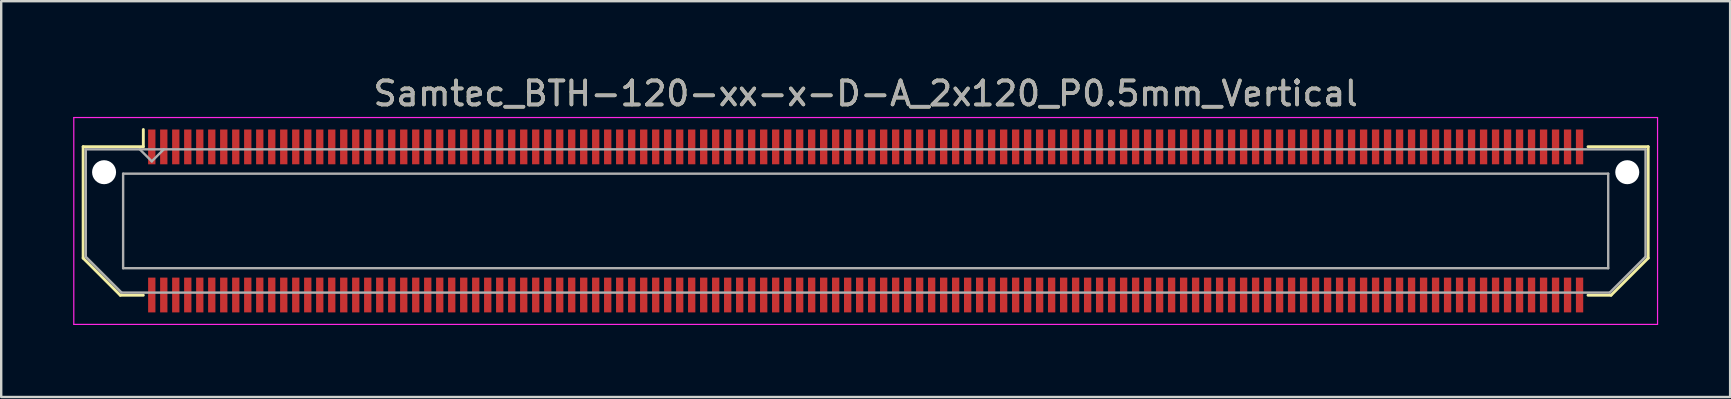
<source format=kicad_pcb>
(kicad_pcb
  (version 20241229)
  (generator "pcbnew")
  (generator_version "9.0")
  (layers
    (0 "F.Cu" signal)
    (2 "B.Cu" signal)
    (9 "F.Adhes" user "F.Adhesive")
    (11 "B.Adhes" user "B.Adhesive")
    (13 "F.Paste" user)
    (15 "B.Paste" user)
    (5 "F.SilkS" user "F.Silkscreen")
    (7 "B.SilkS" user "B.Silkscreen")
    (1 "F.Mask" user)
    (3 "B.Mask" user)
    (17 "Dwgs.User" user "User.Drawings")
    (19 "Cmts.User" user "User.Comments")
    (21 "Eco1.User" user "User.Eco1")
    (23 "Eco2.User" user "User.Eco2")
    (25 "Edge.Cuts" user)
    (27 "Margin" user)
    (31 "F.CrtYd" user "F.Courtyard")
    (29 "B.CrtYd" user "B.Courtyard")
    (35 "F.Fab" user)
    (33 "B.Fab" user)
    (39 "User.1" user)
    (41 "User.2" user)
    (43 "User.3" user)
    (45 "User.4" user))
  (footprint "Samtec_BTH-120-xx-x-D-A_2x120_P0.5mm_Vertical"
    (layer "F.Cu")
    (at 33.025 6.158)
    (property "Reference" "Samtec_BTH-120-xx-x-D-A_2x120_P0.5mm_Vertical" (at 0 -5.31 0) (layer "F.SilkS") (effects (font (size 1 1) (thickness 0.15))))
    (attr smd)
    (fp_line (start -32.61 -3.095) (end -32.61 1.548) (stroke (width 0.12) (type solid)) (layer "F.SilkS"))
    (fp_line (start -32.61 1.548) (end -31.062 3.095) (stroke (width 0.12) (type solid)) (layer "F.SilkS"))
    (fp_line (start -31.062 3.095) (end -30.102 3.095) (stroke (width 0.12) (type solid)) (layer "F.SilkS"))
    (fp_line (start -30.102 -3.811) (end -30.102 -3.095) (stroke (width 0.12) (type solid)) (layer "F.SilkS"))
    (fp_line (start -30.102 -3.095) (end -32.61 -3.095) (stroke (width 0.12) (type solid)) (layer "F.SilkS"))
    (fp_line (start 30.102 -3.095) (end 32.61 -3.095) (stroke (width 0.12) (type solid)) (layer "F.SilkS"))
    (fp_line (start 31.062 3.095) (end 30.102 3.095) (stroke (width 0.12) (type solid)) (layer "F.SilkS"))
    (fp_line (start 32.61 -3.095) (end 32.61 1.548) (stroke (width 0.12) (type solid)) (layer "F.SilkS"))
    (fp_line (start 32.61 1.548) (end 31.062 3.095) (stroke (width 0.12) (type solid)) (layer "F.SilkS"))
    (fp_line (start -33 -4.31) (end -33 4.31) (stroke (width 0.05) (type solid)) (layer "F.CrtYd"))
    (fp_line (start -33 4.31) (end 33 4.31) (stroke (width 0.05) (type solid)) (layer "F.CrtYd"))
    (fp_line (start 33 -4.31) (end -33 -4.31) (stroke (width 0.05) (type solid)) (layer "F.CrtYd"))
    (fp_line (start 33 4.31) (end 33 -4.31) (stroke (width 0.05) (type solid)) (layer "F.CrtYd"))
    (fp_line (start -32.5 -2.985) (end -32.5 1.492) (stroke (width 0.1) (type solid)) (layer "F.Fab"))
    (fp_line (start -32.5 -2.985) (end 32.5 -2.985) (stroke (width 0.1) (type solid)) (layer "F.Fab"))
    (fp_line (start -32.5 1.492) (end -31.008 2.985) (stroke (width 0.1) (type solid)) (layer "F.Fab"))
    (fp_line (start -31.008 2.985) (end 31.008 2.985) (stroke (width 0.1) (type solid)) (layer "F.Fab"))
    (fp_line (start -30.944 -1.97) (end -30.944 1.97) (stroke (width 0.1) (type solid)) (layer "F.Fab"))
    (fp_line (start -30.944 1.97) (end 30.944 1.97) (stroke (width 0.1) (type solid)) (layer "F.Fab"))
    (fp_line (start -29.75 -2.485) (end -30.25 -2.985) (stroke (width 0.1) (type solid)) (layer "F.Fab"))
    (fp_line (start -29.25 -2.985) (end -29.75 -2.485) (stroke (width 0.1) (type solid)) (layer "F.Fab"))
    (fp_line (start 30.944 -1.97) (end -30.944 -1.97) (stroke (width 0.1) (type solid)) (layer "F.Fab"))
    (fp_line (start 30.944 1.97) (end 30.944 -1.97) (stroke (width 0.1) (type solid)) (layer "F.Fab"))
    (fp_line (start 32.5 -2.985) (end 32.5 1.492) (stroke (width 0.1) (type solid)) (layer "F.Fab"))
    (fp_line (start 32.5 1.492) (end 31.008 2.985) (stroke (width 0.1) (type solid)) (layer "F.Fab"))
    (fp_text user "${REFERENCE}" (at 0 -5.31 0) (layer "F.Fab") (effects (font (size 1 1) (thickness 0.15))))
    (pad "" np_thru_hole circle (at -31.738 -2.032) (size 1 1) (drill 1) (layers "*.Cu" "*.Mask"))
    (pad "" np_thru_hole circle (at 31.738 -2.032) (size 1 1) (drill 1) (layers "*.Cu" "*.Mask"))
    (pad "1" smd rect (at -29.75 -3.086) (size 0.305 1.45) (layers "F.Cu" "F.Mask" "F.Paste"))
    (pad "2" smd rect (at -29.75 3.086) (size 0.305 1.45) (layers "F.Cu" "F.Mask" "F.Paste"))
    (pad "3" smd rect (at -29.25 -3.086) (size 0.305 1.45) (layers "F.Cu" "F.Mask" "F.Paste"))
    (pad "4" smd rect (at -29.25 3.086) (size 0.305 1.45) (layers "F.Cu" "F.Mask" "F.Paste"))
    (pad "5" smd rect (at -28.75 -3.086) (size 0.305 1.45) (layers "F.Cu" "F.Mask" "F.Paste"))
    (pad "6" smd rect (at -28.75 3.086) (size 0.305 1.45) (layers "F.Cu" "F.Mask" "F.Paste"))
    (pad "7" smd rect (at -28.25 -3.086) (size 0.305 1.45) (layers "F.Cu" "F.Mask" "F.Paste"))
    (pad "8" smd rect (at -28.25 3.086) (size 0.305 1.45) (layers "F.Cu" "F.Mask" "F.Paste"))
    (pad "9" smd rect (at -27.75 -3.086) (size 0.305 1.45) (layers "F.Cu" "F.Mask" "F.Paste"))
    (pad "10" smd rect (at -27.75 3.086) (size 0.305 1.45) (layers "F.Cu" "F.Mask" "F.Paste"))
    (pad "11" smd rect (at -27.25 -3.086) (size 0.305 1.45) (layers "F.Cu" "F.Mask" "F.Paste"))
    (pad "12" smd rect (at -27.25 3.086) (size 0.305 1.45) (layers "F.Cu" "F.Mask" "F.Paste"))
    (pad "13" smd rect (at -26.75 -3.086) (size 0.305 1.45) (layers "F.Cu" "F.Mask" "F.Paste"))
    (pad "14" smd rect (at -26.75 3.086) (size 0.305 1.45) (layers "F.Cu" "F.Mask" "F.Paste"))
    (pad "15" smd rect (at -26.25 -3.086) (size 0.305 1.45) (layers "F.Cu" "F.Mask" "F.Paste"))
    (pad "16" smd rect (at -26.25 3.086) (size 0.305 1.45) (layers "F.Cu" "F.Mask" "F.Paste"))
    (pad "17" smd rect (at -25.75 -3.086) (size 0.305 1.45) (layers "F.Cu" "F.Mask" "F.Paste"))
    (pad "18" smd rect (at -25.75 3.086) (size 0.305 1.45) (layers "F.Cu" "F.Mask" "F.Paste"))
    (pad "19" smd rect (at -25.25 -3.086) (size 0.305 1.45) (layers "F.Cu" "F.Mask" "F.Paste"))
    (pad "20" smd rect (at -25.25 3.086) (size 0.305 1.45) (layers "F.Cu" "F.Mask" "F.Paste"))
    (pad "21" smd rect (at -24.75 -3.086) (size 0.305 1.45) (layers "F.Cu" "F.Mask" "F.Paste"))
    (pad "22" smd rect (at -24.75 3.086) (size 0.305 1.45) (layers "F.Cu" "F.Mask" "F.Paste"))
    (pad "23" smd rect (at -24.25 -3.086) (size 0.305 1.45) (layers "F.Cu" "F.Mask" "F.Paste"))
    (pad "24" smd rect (at -24.25 3.086) (size 0.305 1.45) (layers "F.Cu" "F.Mask" "F.Paste"))
    (pad "25" smd rect (at -23.75 -3.086) (size 0.305 1.45) (layers "F.Cu" "F.Mask" "F.Paste"))
    (pad "26" smd rect (at -23.75 3.086) (size 0.305 1.45) (layers "F.Cu" "F.Mask" "F.Paste"))
    (pad "27" smd rect (at -23.25 -3.086) (size 0.305 1.45) (layers "F.Cu" "F.Mask" "F.Paste"))
    (pad "28" smd rect (at -23.25 3.086) (size 0.305 1.45) (layers "F.Cu" "F.Mask" "F.Paste"))
    (pad "29" smd rect (at -22.75 -3.086) (size 0.305 1.45) (layers "F.Cu" "F.Mask" "F.Paste"))
    (pad "30" smd rect (at -22.75 3.086) (size 0.305 1.45) (layers "F.Cu" "F.Mask" "F.Paste"))
    (pad "31" smd rect (at -22.25 -3.086) (size 0.305 1.45) (layers "F.Cu" "F.Mask" "F.Paste"))
    (pad "32" smd rect (at -22.25 3.086) (size 0.305 1.45) (layers "F.Cu" "F.Mask" "F.Paste"))
    (pad "33" smd rect (at -21.75 -3.086) (size 0.305 1.45) (layers "F.Cu" "F.Mask" "F.Paste"))
    (pad "34" smd rect (at -21.75 3.086) (size 0.305 1.45) (layers "F.Cu" "F.Mask" "F.Paste"))
    (pad "35" smd rect (at -21.25 -3.086) (size 0.305 1.45) (layers "F.Cu" "F.Mask" "F.Paste"))
    (pad "36" smd rect (at -21.25 3.086) (size 0.305 1.45) (layers "F.Cu" "F.Mask" "F.Paste"))
    (pad "37" smd rect (at -20.75 -3.086) (size 0.305 1.45) (layers "F.Cu" "F.Mask" "F.Paste"))
    (pad "38" smd rect (at -20.75 3.086) (size 0.305 1.45) (layers "F.Cu" "F.Mask" "F.Paste"))
    (pad "39" smd rect (at -20.25 -3.086) (size 0.305 1.45) (layers "F.Cu" "F.Mask" "F.Paste"))
    (pad "40" smd rect (at -20.25 3.086) (size 0.305 1.45) (layers "F.Cu" "F.Mask" "F.Paste"))
    (pad "41" smd rect (at -19.75 -3.086) (size 0.305 1.45) (layers "F.Cu" "F.Mask" "F.Paste"))
    (pad "42" smd rect (at -19.75 3.086) (size 0.305 1.45) (layers "F.Cu" "F.Mask" "F.Paste"))
    (pad "43" smd rect (at -19.25 -3.086) (size 0.305 1.45) (layers "F.Cu" "F.Mask" "F.Paste"))
    (pad "44" smd rect (at -19.25 3.086) (size 0.305 1.45) (layers "F.Cu" "F.Mask" "F.Paste"))
    (pad "45" smd rect (at -18.75 -3.086) (size 0.305 1.45) (layers "F.Cu" "F.Mask" "F.Paste"))
    (pad "46" smd rect (at -18.75 3.086) (size 0.305 1.45) (layers "F.Cu" "F.Mask" "F.Paste"))
    (pad "47" smd rect (at -18.25 -3.086) (size 0.305 1.45) (layers "F.Cu" "F.Mask" "F.Paste"))
    (pad "48" smd rect (at -18.25 3.086) (size 0.305 1.45) (layers "F.Cu" "F.Mask" "F.Paste"))
    (pad "49" smd rect (at -17.75 -3.086) (size 0.305 1.45) (layers "F.Cu" "F.Mask" "F.Paste"))
    (pad "50" smd rect (at -17.75 3.086) (size 0.305 1.45) (layers "F.Cu" "F.Mask" "F.Paste"))
    (pad "51" smd rect (at -17.25 -3.086) (size 0.305 1.45) (layers "F.Cu" "F.Mask" "F.Paste"))
    (pad "52" smd rect (at -17.25 3.086) (size 0.305 1.45) (layers "F.Cu" "F.Mask" "F.Paste"))
    (pad "53" smd rect (at -16.75 -3.086) (size 0.305 1.45) (layers "F.Cu" "F.Mask" "F.Paste"))
    (pad "54" smd rect (at -16.75 3.086) (size 0.305 1.45) (layers "F.Cu" "F.Mask" "F.Paste"))
    (pad "55" smd rect (at -16.25 -3.086) (size 0.305 1.45) (layers "F.Cu" "F.Mask" "F.Paste"))
    (pad "56" smd rect (at -16.25 3.086) (size 0.305 1.45) (layers "F.Cu" "F.Mask" "F.Paste"))
    (pad "57" smd rect (at -15.75 -3.086) (size 0.305 1.45) (layers "F.Cu" "F.Mask" "F.Paste"))
    (pad "58" smd rect (at -15.75 3.086) (size 0.305 1.45) (layers "F.Cu" "F.Mask" "F.Paste"))
    (pad "59" smd rect (at -15.25 -3.086) (size 0.305 1.45) (layers "F.Cu" "F.Mask" "F.Paste"))
    (pad "60" smd rect (at -15.25 3.086) (size 0.305 1.45) (layers "F.Cu" "F.Mask" "F.Paste"))
    (pad "61" smd rect (at -14.75 -3.086) (size 0.305 1.45) (layers "F.Cu" "F.Mask" "F.Paste"))
    (pad "62" smd rect (at -14.75 3.086) (size 0.305 1.45) (layers "F.Cu" "F.Mask" "F.Paste"))
    (pad "63" smd rect (at -14.25 -3.086) (size 0.305 1.45) (layers "F.Cu" "F.Mask" "F.Paste"))
    (pad "64" smd rect (at -14.25 3.086) (size 0.305 1.45) (layers "F.Cu" "F.Mask" "F.Paste"))
    (pad "65" smd rect (at -13.75 -3.086) (size 0.305 1.45) (layers "F.Cu" "F.Mask" "F.Paste"))
    (pad "66" smd rect (at -13.75 3.086) (size 0.305 1.45) (layers "F.Cu" "F.Mask" "F.Paste"))
    (pad "67" smd rect (at -13.25 -3.086) (size 0.305 1.45) (layers "F.Cu" "F.Mask" "F.Paste"))
    (pad "68" smd rect (at -13.25 3.086) (size 0.305 1.45) (layers "F.Cu" "F.Mask" "F.Paste"))
    (pad "69" smd rect (at -12.75 -3.086) (size 0.305 1.45) (layers "F.Cu" "F.Mask" "F.Paste"))
    (pad "70" smd rect (at -12.75 3.086) (size 0.305 1.45) (layers "F.Cu" "F.Mask" "F.Paste"))
    (pad "71" smd rect (at -12.25 -3.086) (size 0.305 1.45) (layers "F.Cu" "F.Mask" "F.Paste"))
    (pad "72" smd rect (at -12.25 3.086) (size 0.305 1.45) (layers "F.Cu" "F.Mask" "F.Paste"))
    (pad "73" smd rect (at -11.75 -3.086) (size 0.305 1.45) (layers "F.Cu" "F.Mask" "F.Paste"))
    (pad "74" smd rect (at -11.75 3.086) (size 0.305 1.45) (layers "F.Cu" "F.Mask" "F.Paste"))
    (pad "75" smd rect (at -11.25 -3.086) (size 0.305 1.45) (layers "F.Cu" "F.Mask" "F.Paste"))
    (pad "76" smd rect (at -11.25 3.086) (size 0.305 1.45) (layers "F.Cu" "F.Mask" "F.Paste"))
    (pad "77" smd rect (at -10.75 -3.086) (size 0.305 1.45) (layers "F.Cu" "F.Mask" "F.Paste"))
    (pad "78" smd rect (at -10.75 3.086) (size 0.305 1.45) (layers "F.Cu" "F.Mask" "F.Paste"))
    (pad "79" smd rect (at -10.25 -3.086) (size 0.305 1.45) (layers "F.Cu" "F.Mask" "F.Paste"))
    (pad "80" smd rect (at -10.25 3.086) (size 0.305 1.45) (layers "F.Cu" "F.Mask" "F.Paste"))
    (pad "81" smd rect (at -9.75 -3.086) (size 0.305 1.45) (layers "F.Cu" "F.Mask" "F.Paste"))
    (pad "82" smd rect (at -9.75 3.086) (size 0.305 1.45) (layers "F.Cu" "F.Mask" "F.Paste"))
    (pad "83" smd rect (at -9.25 -3.086) (size 0.305 1.45) (layers "F.Cu" "F.Mask" "F.Paste"))
    (pad "84" smd rect (at -9.25 3.086) (size 0.305 1.45) (layers "F.Cu" "F.Mask" "F.Paste"))
    (pad "85" smd rect (at -8.75 -3.086) (size 0.305 1.45) (layers "F.Cu" "F.Mask" "F.Paste"))
    (pad "86" smd rect (at -8.75 3.086) (size 0.305 1.45) (layers "F.Cu" "F.Mask" "F.Paste"))
    (pad "87" smd rect (at -8.25 -3.086) (size 0.305 1.45) (layers "F.Cu" "F.Mask" "F.Paste"))
    (pad "88" smd rect (at -8.25 3.086) (size 0.305 1.45) (layers "F.Cu" "F.Mask" "F.Paste"))
    (pad "89" smd rect (at -7.75 -3.086) (size 0.305 1.45) (layers "F.Cu" "F.Mask" "F.Paste"))
    (pad "90" smd rect (at -7.75 3.086) (size 0.305 1.45) (layers "F.Cu" "F.Mask" "F.Paste"))
    (pad "91" smd rect (at -7.25 -3.086) (size 0.305 1.45) (layers "F.Cu" "F.Mask" "F.Paste"))
    (pad "92" smd rect (at -7.25 3.086) (size 0.305 1.45) (layers "F.Cu" "F.Mask" "F.Paste"))
    (pad "93" smd rect (at -6.75 -3.086) (size 0.305 1.45) (layers "F.Cu" "F.Mask" "F.Paste"))
    (pad "94" smd rect (at -6.75 3.086) (size 0.305 1.45) (layers "F.Cu" "F.Mask" "F.Paste"))
    (pad "95" smd rect (at -6.25 -3.086) (size 0.305 1.45) (layers "F.Cu" "F.Mask" "F.Paste"))
    (pad "96" smd rect (at -6.25 3.086) (size 0.305 1.45) (layers "F.Cu" "F.Mask" "F.Paste"))
    (pad "97" smd rect (at -5.75 -3.086) (size 0.305 1.45) (layers "F.Cu" "F.Mask" "F.Paste"))
    (pad "98" smd rect (at -5.75 3.086) (size 0.305 1.45) (layers "F.Cu" "F.Mask" "F.Paste"))
    (pad "99" smd rect (at -5.25 -3.086) (size 0.305 1.45) (layers "F.Cu" "F.Mask" "F.Paste"))
    (pad "100" smd rect (at -5.25 3.086) (size 0.305 1.45) (layers "F.Cu" "F.Mask" "F.Paste"))
    (pad "101" smd rect (at -4.75 -3.086) (size 0.305 1.45) (layers "F.Cu" "F.Mask" "F.Paste"))
    (pad "102" smd rect (at -4.75 3.086) (size 0.305 1.45) (layers "F.Cu" "F.Mask" "F.Paste"))
    (pad "103" smd rect (at -4.25 -3.086) (size 0.305 1.45) (layers "F.Cu" "F.Mask" "F.Paste"))
    (pad "104" smd rect (at -4.25 3.086) (size 0.305 1.45) (layers "F.Cu" "F.Mask" "F.Paste"))
    (pad "105" smd rect (at -3.75 -3.086) (size 0.305 1.45) (layers "F.Cu" "F.Mask" "F.Paste"))
    (pad "106" smd rect (at -3.75 3.086) (size 0.305 1.45) (layers "F.Cu" "F.Mask" "F.Paste"))
    (pad "107" smd rect (at -3.25 -3.086) (size 0.305 1.45) (layers "F.Cu" "F.Mask" "F.Paste"))
    (pad "108" smd rect (at -3.25 3.086) (size 0.305 1.45) (layers "F.Cu" "F.Mask" "F.Paste"))
    (pad "109" smd rect (at -2.75 -3.086) (size 0.305 1.45) (layers "F.Cu" "F.Mask" "F.Paste"))
    (pad "110" smd rect (at -2.75 3.086) (size 0.305 1.45) (layers "F.Cu" "F.Mask" "F.Paste"))
    (pad "111" smd rect (at -2.25 -3.086) (size 0.305 1.45) (layers "F.Cu" "F.Mask" "F.Paste"))
    (pad "112" smd rect (at -2.25 3.086) (size 0.305 1.45) (layers "F.Cu" "F.Mask" "F.Paste"))
    (pad "113" smd rect (at -1.75 -3.086) (size 0.305 1.45) (layers "F.Cu" "F.Mask" "F.Paste"))
    (pad "114" smd rect (at -1.75 3.086) (size 0.305 1.45) (layers "F.Cu" "F.Mask" "F.Paste"))
    (pad "115" smd rect (at -1.25 -3.086) (size 0.305 1.45) (layers "F.Cu" "F.Mask" "F.Paste"))
    (pad "116" smd rect (at -1.25 3.086) (size 0.305 1.45) (layers "F.Cu" "F.Mask" "F.Paste"))
    (pad "117" smd rect (at -0.75 -3.086) (size 0.305 1.45) (layers "F.Cu" "F.Mask" "F.Paste"))
    (pad "118" smd rect (at -0.75 3.086) (size 0.305 1.45) (layers "F.Cu" "F.Mask" "F.Paste"))
    (pad "119" smd rect (at -0.25 -3.086) (size 0.305 1.45) (layers "F.Cu" "F.Mask" "F.Paste"))
    (pad "120" smd rect (at -0.25 3.086) (size 0.305 1.45) (layers "F.Cu" "F.Mask" "F.Paste"))
    (pad "121" smd rect (at 0.25 -3.086) (size 0.305 1.45) (layers "F.Cu" "F.Mask" "F.Paste"))
    (pad "122" smd rect (at 0.25 3.086) (size 0.305 1.45) (layers "F.Cu" "F.Mask" "F.Paste"))
    (pad "123" smd rect (at 0.75 -3.086) (size 0.305 1.45) (layers "F.Cu" "F.Mask" "F.Paste"))
    (pad "124" smd rect (at 0.75 3.086) (size 0.305 1.45) (layers "F.Cu" "F.Mask" "F.Paste"))
    (pad "125" smd rect (at 1.25 -3.086) (size 0.305 1.45) (layers "F.Cu" "F.Mask" "F.Paste"))
    (pad "126" smd rect (at 1.25 3.086) (size 0.305 1.45) (layers "F.Cu" "F.Mask" "F.Paste"))
    (pad "127" smd rect (at 1.75 -3.086) (size 0.305 1.45) (layers "F.Cu" "F.Mask" "F.Paste"))
    (pad "128" smd rect (at 1.75 3.086) (size 0.305 1.45) (layers "F.Cu" "F.Mask" "F.Paste"))
    (pad "129" smd rect (at 2.25 -3.086) (size 0.305 1.45) (layers "F.Cu" "F.Mask" "F.Paste"))
    (pad "130" smd rect (at 2.25 3.086) (size 0.305 1.45) (layers "F.Cu" "F.Mask" "F.Paste"))
    (pad "131" smd rect (at 2.75 -3.086) (size 0.305 1.45) (layers "F.Cu" "F.Mask" "F.Paste"))
    (pad "132" smd rect (at 2.75 3.086) (size 0.305 1.45) (layers "F.Cu" "F.Mask" "F.Paste"))
    (pad "133" smd rect (at 3.25 -3.086) (size 0.305 1.45) (layers "F.Cu" "F.Mask" "F.Paste"))
    (pad "134" smd rect (at 3.25 3.086) (size 0.305 1.45) (layers "F.Cu" "F.Mask" "F.Paste"))
    (pad "135" smd rect (at 3.75 -3.086) (size 0.305 1.45) (layers "F.Cu" "F.Mask" "F.Paste"))
    (pad "136" smd rect (at 3.75 3.086) (size 0.305 1.45) (layers "F.Cu" "F.Mask" "F.Paste"))
    (pad "137" smd rect (at 4.25 -3.086) (size 0.305 1.45) (layers "F.Cu" "F.Mask" "F.Paste"))
    (pad "138" smd rect (at 4.25 3.086) (size 0.305 1.45) (layers "F.Cu" "F.Mask" "F.Paste"))
    (pad "139" smd rect (at 4.75 -3.086) (size 0.305 1.45) (layers "F.Cu" "F.Mask" "F.Paste"))
    (pad "140" smd rect (at 4.75 3.086) (size 0.305 1.45) (layers "F.Cu" "F.Mask" "F.Paste"))
    (pad "141" smd rect (at 5.25 -3.086) (size 0.305 1.45) (layers "F.Cu" "F.Mask" "F.Paste"))
    (pad "142" smd rect (at 5.25 3.086) (size 0.305 1.45) (layers "F.Cu" "F.Mask" "F.Paste"))
    (pad "143" smd rect (at 5.75 -3.086) (size 0.305 1.45) (layers "F.Cu" "F.Mask" "F.Paste"))
    (pad "144" smd rect (at 5.75 3.086) (size 0.305 1.45) (layers "F.Cu" "F.Mask" "F.Paste"))
    (pad "145" smd rect (at 6.25 -3.086) (size 0.305 1.45) (layers "F.Cu" "F.Mask" "F.Paste"))
    (pad "146" smd rect (at 6.25 3.086) (size 0.305 1.45) (layers "F.Cu" "F.Mask" "F.Paste"))
    (pad "147" smd rect (at 6.75 -3.086) (size 0.305 1.45) (layers "F.Cu" "F.Mask" "F.Paste"))
    (pad "148" smd rect (at 6.75 3.086) (size 0.305 1.45) (layers "F.Cu" "F.Mask" "F.Paste"))
    (pad "149" smd rect (at 7.25 -3.086) (size 0.305 1.45) (layers "F.Cu" "F.Mask" "F.Paste"))
    (pad "150" smd rect (at 7.25 3.086) (size 0.305 1.45) (layers "F.Cu" "F.Mask" "F.Paste"))
    (pad "151" smd rect (at 7.75 -3.086) (size 0.305 1.45) (layers "F.Cu" "F.Mask" "F.Paste"))
    (pad "152" smd rect (at 7.75 3.086) (size 0.305 1.45) (layers "F.Cu" "F.Mask" "F.Paste"))
    (pad "153" smd rect (at 8.25 -3.086) (size 0.305 1.45) (layers "F.Cu" "F.Mask" "F.Paste"))
    (pad "154" smd rect (at 8.25 3.086) (size 0.305 1.45) (layers "F.Cu" "F.Mask" "F.Paste"))
    (pad "155" smd rect (at 8.75 -3.086) (size 0.305 1.45) (layers "F.Cu" "F.Mask" "F.Paste"))
    (pad "156" smd rect (at 8.75 3.086) (size 0.305 1.45) (layers "F.Cu" "F.Mask" "F.Paste"))
    (pad "157" smd rect (at 9.25 -3.086) (size 0.305 1.45) (layers "F.Cu" "F.Mask" "F.Paste"))
    (pad "158" smd rect (at 9.25 3.086) (size 0.305 1.45) (layers "F.Cu" "F.Mask" "F.Paste"))
    (pad "159" smd rect (at 9.75 -3.086) (size 0.305 1.45) (layers "F.Cu" "F.Mask" "F.Paste"))
    (pad "160" smd rect (at 9.75 3.086) (size 0.305 1.45) (layers "F.Cu" "F.Mask" "F.Paste"))
    (pad "161" smd rect (at 10.25 -3.086) (size 0.305 1.45) (layers "F.Cu" "F.Mask" "F.Paste"))
    (pad "162" smd rect (at 10.25 3.086) (size 0.305 1.45) (layers "F.Cu" "F.Mask" "F.Paste"))
    (pad "163" smd rect (at 10.75 -3.086) (size 0.305 1.45) (layers "F.Cu" "F.Mask" "F.Paste"))
    (pad "164" smd rect (at 10.75 3.086) (size 0.305 1.45) (layers "F.Cu" "F.Mask" "F.Paste"))
    (pad "165" smd rect (at 11.25 -3.086) (size 0.305 1.45) (layers "F.Cu" "F.Mask" "F.Paste"))
    (pad "166" smd rect (at 11.25 3.086) (size 0.305 1.45) (layers "F.Cu" "F.Mask" "F.Paste"))
    (pad "167" smd rect (at 11.75 -3.086) (size 0.305 1.45) (layers "F.Cu" "F.Mask" "F.Paste"))
    (pad "168" smd rect (at 11.75 3.086) (size 0.305 1.45) (layers "F.Cu" "F.Mask" "F.Paste"))
    (pad "169" smd rect (at 12.25 -3.086) (size 0.305 1.45) (layers "F.Cu" "F.Mask" "F.Paste"))
    (pad "170" smd rect (at 12.25 3.086) (size 0.305 1.45) (layers "F.Cu" "F.Mask" "F.Paste"))
    (pad "171" smd rect (at 12.75 -3.086) (size 0.305 1.45) (layers "F.Cu" "F.Mask" "F.Paste"))
    (pad "172" smd rect (at 12.75 3.086) (size 0.305 1.45) (layers "F.Cu" "F.Mask" "F.Paste"))
    (pad "173" smd rect (at 13.25 -3.086) (size 0.305 1.45) (layers "F.Cu" "F.Mask" "F.Paste"))
    (pad "174" smd rect (at 13.25 3.086) (size 0.305 1.45) (layers "F.Cu" "F.Mask" "F.Paste"))
    (pad "175" smd rect (at 13.75 -3.086) (size 0.305 1.45) (layers "F.Cu" "F.Mask" "F.Paste"))
    (pad "176" smd rect (at 13.75 3.086) (size 0.305 1.45) (layers "F.Cu" "F.Mask" "F.Paste"))
    (pad "177" smd rect (at 14.25 -3.086) (size 0.305 1.45) (layers "F.Cu" "F.Mask" "F.Paste"))
    (pad "178" smd rect (at 14.25 3.086) (size 0.305 1.45) (layers "F.Cu" "F.Mask" "F.Paste"))
    (pad "179" smd rect (at 14.75 -3.086) (size 0.305 1.45) (layers "F.Cu" "F.Mask" "F.Paste"))
    (pad "180" smd rect (at 14.75 3.086) (size 0.305 1.45) (layers "F.Cu" "F.Mask" "F.Paste"))
    (pad "181" smd rect (at 15.25 -3.086) (size 0.305 1.45) (layers "F.Cu" "F.Mask" "F.Paste"))
    (pad "182" smd rect (at 15.25 3.086) (size 0.305 1.45) (layers "F.Cu" "F.Mask" "F.Paste"))
    (pad "183" smd rect (at 15.75 -3.086) (size 0.305 1.45) (layers "F.Cu" "F.Mask" "F.Paste"))
    (pad "184" smd rect (at 15.75 3.086) (size 0.305 1.45) (layers "F.Cu" "F.Mask" "F.Paste"))
    (pad "185" smd rect (at 16.25 -3.086) (size 0.305 1.45) (layers "F.Cu" "F.Mask" "F.Paste"))
    (pad "186" smd rect (at 16.25 3.086) (size 0.305 1.45) (layers "F.Cu" "F.Mask" "F.Paste"))
    (pad "187" smd rect (at 16.75 -3.086) (size 0.305 1.45) (layers "F.Cu" "F.Mask" "F.Paste"))
    (pad "188" smd rect (at 16.75 3.086) (size 0.305 1.45) (layers "F.Cu" "F.Mask" "F.Paste"))
    (pad "189" smd rect (at 17.25 -3.086) (size 0.305 1.45) (layers "F.Cu" "F.Mask" "F.Paste"))
    (pad "190" smd rect (at 17.25 3.086) (size 0.305 1.45) (layers "F.Cu" "F.Mask" "F.Paste"))
    (pad "191" smd rect (at 17.75 -3.086) (size 0.305 1.45) (layers "F.Cu" "F.Mask" "F.Paste"))
    (pad "192" smd rect (at 17.75 3.086) (size 0.305 1.45) (layers "F.Cu" "F.Mask" "F.Paste"))
    (pad "193" smd rect (at 18.25 -3.086) (size 0.305 1.45) (layers "F.Cu" "F.Mask" "F.Paste"))
    (pad "194" smd rect (at 18.25 3.086) (size 0.305 1.45) (layers "F.Cu" "F.Mask" "F.Paste"))
    (pad "195" smd rect (at 18.75 -3.086) (size 0.305 1.45) (layers "F.Cu" "F.Mask" "F.Paste"))
    (pad "196" smd rect (at 18.75 3.086) (size 0.305 1.45) (layers "F.Cu" "F.Mask" "F.Paste"))
    (pad "197" smd rect (at 19.25 -3.086) (size 0.305 1.45) (layers "F.Cu" "F.Mask" "F.Paste"))
    (pad "198" smd rect (at 19.25 3.086) (size 0.305 1.45) (layers "F.Cu" "F.Mask" "F.Paste"))
    (pad "199" smd rect (at 19.75 -3.086) (size 0.305 1.45) (layers "F.Cu" "F.Mask" "F.Paste"))
    (pad "200" smd rect (at 19.75 3.086) (size 0.305 1.45) (layers "F.Cu" "F.Mask" "F.Paste"))
    (pad "201" smd rect (at 20.25 -3.086) (size 0.305 1.45) (layers "F.Cu" "F.Mask" "F.Paste"))
    (pad "202" smd rect (at 20.25 3.086) (size 0.305 1.45) (layers "F.Cu" "F.Mask" "F.Paste"))
    (pad "203" smd rect (at 20.75 -3.086) (size 0.305 1.45) (layers "F.Cu" "F.Mask" "F.Paste"))
    (pad "204" smd rect (at 20.75 3.086) (size 0.305 1.45) (layers "F.Cu" "F.Mask" "F.Paste"))
    (pad "205" smd rect (at 21.25 -3.086) (size 0.305 1.45) (layers "F.Cu" "F.Mask" "F.Paste"))
    (pad "206" smd rect (at 21.25 3.086) (size 0.305 1.45) (layers "F.Cu" "F.Mask" "F.Paste"))
    (pad "207" smd rect (at 21.75 -3.086) (size 0.305 1.45) (layers "F.Cu" "F.Mask" "F.Paste"))
    (pad "208" smd rect (at 21.75 3.086) (size 0.305 1.45) (layers "F.Cu" "F.Mask" "F.Paste"))
    (pad "209" smd rect (at 22.25 -3.086) (size 0.305 1.45) (layers "F.Cu" "F.Mask" "F.Paste"))
    (pad "210" smd rect (at 22.25 3.086) (size 0.305 1.45) (layers "F.Cu" "F.Mask" "F.Paste"))
    (pad "211" smd rect (at 22.75 -3.086) (size 0.305 1.45) (layers "F.Cu" "F.Mask" "F.Paste"))
    (pad "212" smd rect (at 22.75 3.086) (size 0.305 1.45) (layers "F.Cu" "F.Mask" "F.Paste"))
    (pad "213" smd rect (at 23.25 -3.086) (size 0.305 1.45) (layers "F.Cu" "F.Mask" "F.Paste"))
    (pad "214" smd rect (at 23.25 3.086) (size 0.305 1.45) (layers "F.Cu" "F.Mask" "F.Paste"))
    (pad "215" smd rect (at 23.75 -3.086) (size 0.305 1.45) (layers "F.Cu" "F.Mask" "F.Paste"))
    (pad "216" smd rect (at 23.75 3.086) (size 0.305 1.45) (layers "F.Cu" "F.Mask" "F.Paste"))
    (pad "217" smd rect (at 24.25 -3.086) (size 0.305 1.45) (layers "F.Cu" "F.Mask" "F.Paste"))
    (pad "218" smd rect (at 24.25 3.086) (size 0.305 1.45) (layers "F.Cu" "F.Mask" "F.Paste"))
    (pad "219" smd rect (at 24.75 -3.086) (size 0.305 1.45) (layers "F.Cu" "F.Mask" "F.Paste"))
    (pad "220" smd rect (at 24.75 3.086) (size 0.305 1.45) (layers "F.Cu" "F.Mask" "F.Paste"))
    (pad "221" smd rect (at 25.25 -3.086) (size 0.305 1.45) (layers "F.Cu" "F.Mask" "F.Paste"))
    (pad "222" smd rect (at 25.25 3.086) (size 0.305 1.45) (layers "F.Cu" "F.Mask" "F.Paste"))
    (pad "223" smd rect (at 25.75 -3.086) (size 0.305 1.45) (layers "F.Cu" "F.Mask" "F.Paste"))
    (pad "224" smd rect (at 25.75 3.086) (size 0.305 1.45) (layers "F.Cu" "F.Mask" "F.Paste"))
    (pad "225" smd rect (at 26.25 -3.086) (size 0.305 1.45) (layers "F.Cu" "F.Mask" "F.Paste"))
    (pad "226" smd rect (at 26.25 3.086) (size 0.305 1.45) (layers "F.Cu" "F.Mask" "F.Paste"))
    (pad "227" smd rect (at 26.75 -3.086) (size 0.305 1.45) (layers "F.Cu" "F.Mask" "F.Paste"))
    (pad "228" smd rect (at 26.75 3.086) (size 0.305 1.45) (layers "F.Cu" "F.Mask" "F.Paste"))
    (pad "229" smd rect (at 27.25 -3.086) (size 0.305 1.45) (layers "F.Cu" "F.Mask" "F.Paste"))
    (pad "230" smd rect (at 27.25 3.086) (size 0.305 1.45) (layers "F.Cu" "F.Mask" "F.Paste"))
    (pad "231" smd rect (at 27.75 -3.086) (size 0.305 1.45) (layers "F.Cu" "F.Mask" "F.Paste"))
    (pad "232" smd rect (at 27.75 3.086) (size 0.305 1.45) (layers "F.Cu" "F.Mask" "F.Paste"))
    (pad "233" smd rect (at 28.25 -3.086) (size 0.305 1.45) (layers "F.Cu" "F.Mask" "F.Paste"))
    (pad "234" smd rect (at 28.25 3.086) (size 0.305 1.45) (layers "F.Cu" "F.Mask" "F.Paste"))
    (pad "235" smd rect (at 28.75 -3.086) (size 0.305 1.45) (layers "F.Cu" "F.Mask" "F.Paste"))
    (pad "236" smd rect (at 28.75 3.086) (size 0.305 1.45) (layers "F.Cu" "F.Mask" "F.Paste"))
    (pad "237" smd rect (at 29.25 -3.086) (size 0.305 1.45) (layers "F.Cu" "F.Mask" "F.Paste"))
    (pad "238" smd rect (at 29.25 3.086) (size 0.305 1.45) (layers "F.Cu" "F.Mask" "F.Paste"))
    (pad "239" smd rect (at 29.75 -3.086) (size 0.305 1.45) (layers "F.Cu" "F.Mask" "F.Paste"))
    (pad "240" smd rect (at 29.75 3.086) (size 0.305 1.45) (layers "F.Cu" "F.Mask" "F.Paste")))
  (gr_rect
    (start -3 -3)
    (end 69.05 13.493)
    (stroke (width 0.1) (type default))
    (fill no)
    (layer "Edge.Cuts")))
</source>
